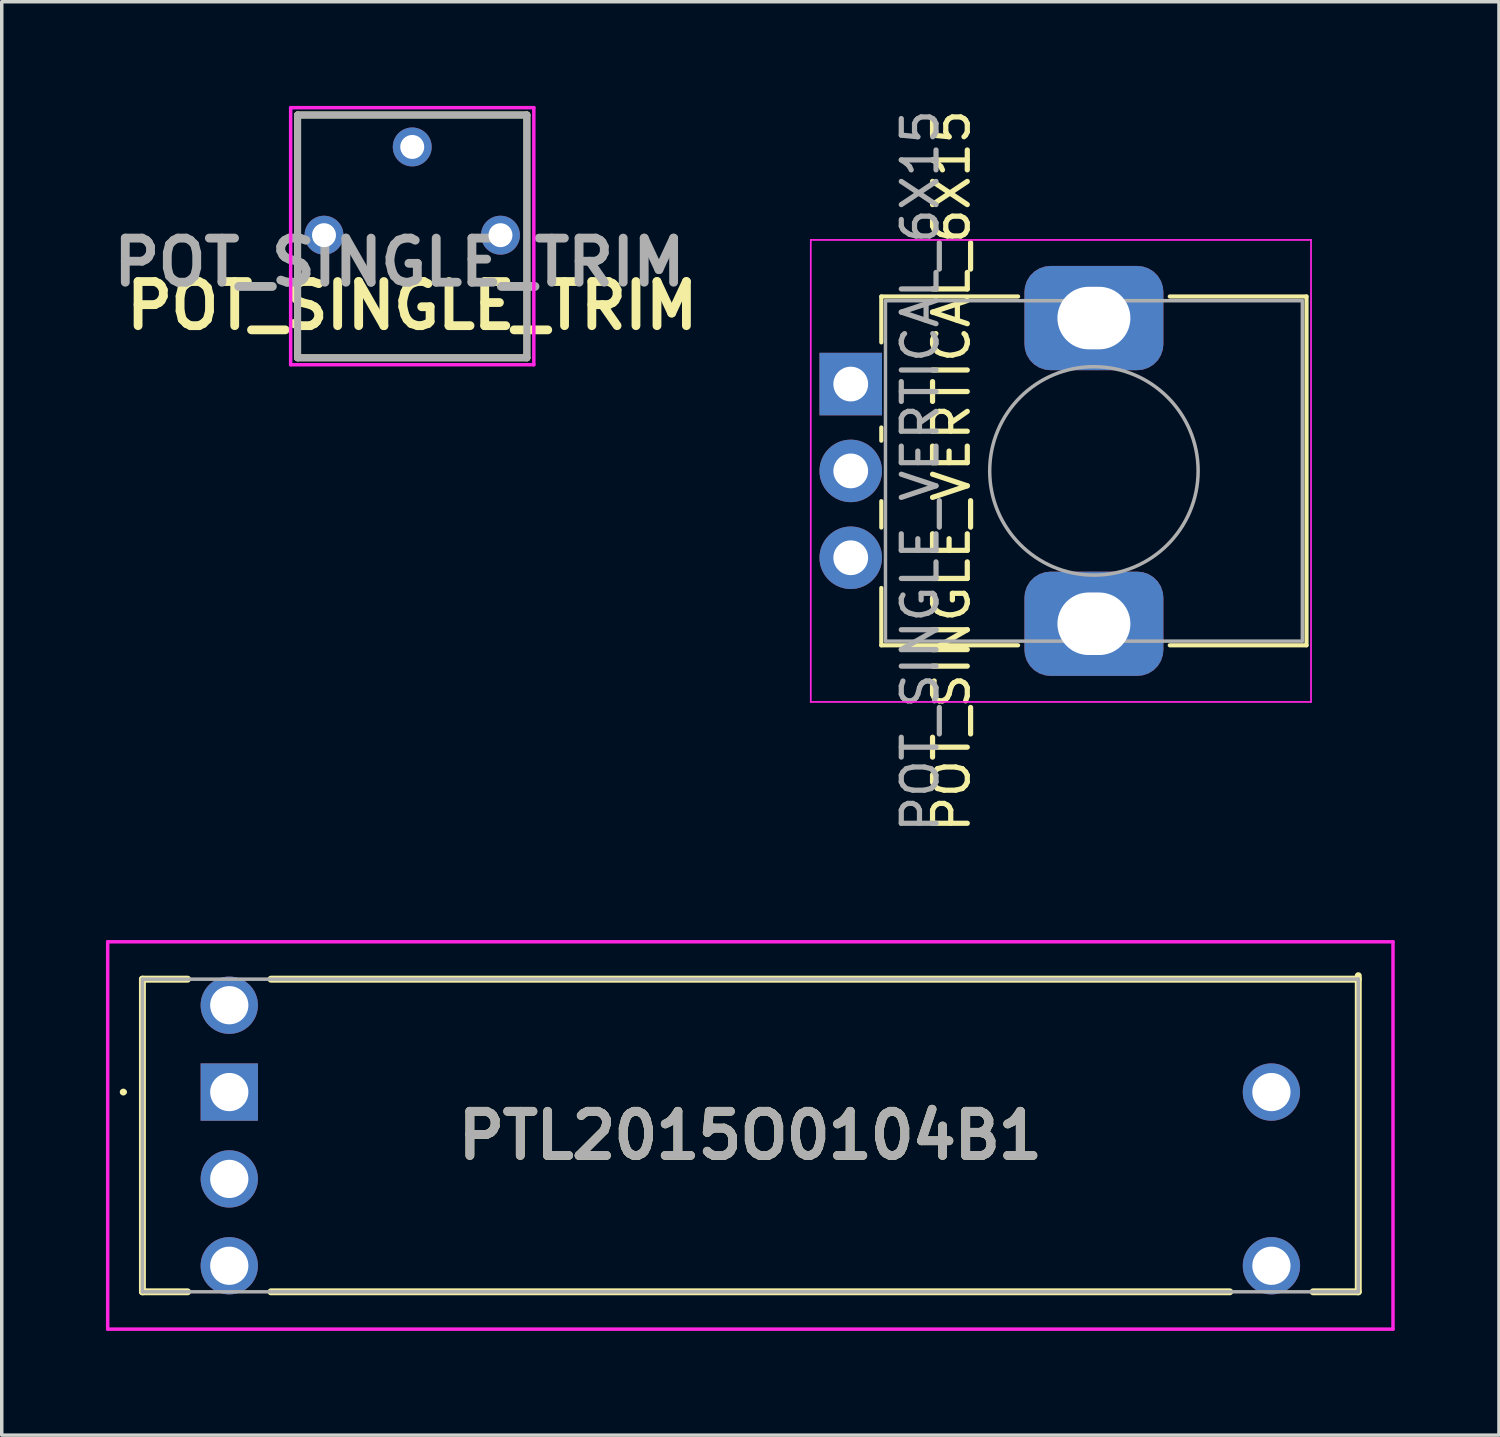
<source format=kicad_pcb>
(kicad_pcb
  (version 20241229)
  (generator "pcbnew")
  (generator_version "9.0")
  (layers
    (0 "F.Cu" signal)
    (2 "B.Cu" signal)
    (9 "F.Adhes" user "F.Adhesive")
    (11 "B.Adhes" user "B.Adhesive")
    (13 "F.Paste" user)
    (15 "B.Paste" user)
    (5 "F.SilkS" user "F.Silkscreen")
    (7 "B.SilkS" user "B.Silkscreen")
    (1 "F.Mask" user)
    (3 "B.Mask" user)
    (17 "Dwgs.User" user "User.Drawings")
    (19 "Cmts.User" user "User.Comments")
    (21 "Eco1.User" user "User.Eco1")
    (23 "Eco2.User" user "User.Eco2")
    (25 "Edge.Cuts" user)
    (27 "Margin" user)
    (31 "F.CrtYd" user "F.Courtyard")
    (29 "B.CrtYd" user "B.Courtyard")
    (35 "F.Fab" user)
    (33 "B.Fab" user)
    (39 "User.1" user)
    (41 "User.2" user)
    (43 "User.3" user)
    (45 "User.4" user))
  (footprint "PTL2015O0104B1"
    (layer "F.Cu")
    (at 3.55 28.387)
    (property "Reference" "PTL2015O0104B1" (at 15 1.25 0) (layer "F.SilkS") (effects (font (size 1.27 1.27) (thickness 0.254))))
    (attr through_hole)
    (fp_line (start -3.1 0) (end -3.1 0) (stroke (width 0.1) (type solid)) (layer "F.SilkS"))
    (fp_line (start -3 0) (end -3 0) (stroke (width 0.1) (type solid)) (layer "F.SilkS"))
    (fp_line (start -2.5 -3.25) (end -2.5 5.75) (stroke (width 0.2) (type solid)) (layer "F.SilkS"))
    (fp_line (start -2.5 5.75) (end -1.2 5.75) (stroke (width 0.2) (type solid)) (layer "F.SilkS"))
    (fp_line (start -1.2 -3.25) (end -2.5 -3.25) (stroke (width 0.2) (type solid)) (layer "F.SilkS"))
    (fp_line (start 1.2 5.75) (end 28.8 5.75) (stroke (width 0.2) (type solid)) (layer "F.SilkS"))
    (fp_line (start 31.2 5.75) (end 32.5 5.75) (stroke (width 0.2) (type solid)) (layer "F.SilkS"))
    (fp_line (start 32.5 -3.25) (end 1.2 -3.25) (stroke (width 0.2) (type solid)) (layer "F.SilkS"))
    (fp_line (start 32.5 5.75) (end 32.5 -3.35) (stroke (width 0.2) (type solid)) (layer "F.SilkS"))
    (fp_arc (start -3.1 0) (mid -3.05 -0.05) (end -3 0) (stroke (width 0.1) (type solid)) (layer "F.SilkS"))
    (fp_arc (start -3 0) (mid -3.05 0.05) (end -3.1 0) (stroke (width 0.1) (type solid)) (layer "F.SilkS"))
    (fp_line (start -3.5 -4.325) (end 33.5 -4.325) (stroke (width 0.1) (type solid)) (layer "F.CrtYd"))
    (fp_line (start -3.5 6.825) (end -3.5 -4.325) (stroke (width 0.1) (type solid)) (layer "F.CrtYd"))
    (fp_line (start 33.5 -4.325) (end 33.5 6.825) (stroke (width 0.1) (type solid)) (layer "F.CrtYd"))
    (fp_line (start 33.5 6.825) (end -3.5 6.825) (stroke (width 0.1) (type solid)) (layer "F.CrtYd"))
    (fp_line (start -2.5 -3.25) (end -2.5 5.75) (stroke (width 0.1) (type solid)) (layer "F.Fab"))
    (fp_line (start -2.5 5.75) (end 32.5 5.75) (stroke (width 0.1) (type solid)) (layer "F.Fab"))
    (fp_line (start 32.5 -3.25) (end -2.5 -3.25) (stroke (width 0.1) (type solid)) (layer "F.Fab"))
    (fp_line (start 32.5 5.75) (end 32.5 -3.25) (stroke (width 0.1) (type solid)) (layer "F.Fab"))
    (fp_text user "${REFERENCE}" (at 15 1.25 0) (layer "F.Fab") (effects (font (size 1.27 1.27) (thickness 0.254))))
    (pad "1" thru_hole rect (at 0 0) (size 1.65 1.65) (drill 1.1) (layers "*.Cu" "*.Mask"))
    (pad "2" thru_hole circle (at 0 -2.5) (size 1.65 1.65) (drill 1.1) (layers "*.Cu" "*.Mask"))
    (pad "3" thru_hole circle (at 30 0) (size 1.65 1.65) (drill 1.1) (layers "*.Cu" "*.Mask"))
    (pad "B1" thru_hole circle (at 30 5) (size 1.65 1.65) (drill 1.1) (layers "*.Cu" "*.Mask"))
    (pad "E1" thru_hole circle (at 0 5) (size 1.65 1.65) (drill 1.1) (layers "*.Cu" "*.Mask"))
    (pad "L1" thru_hole circle (at 0 2.5) (size 1.65 1.65) (drill 1.1) (layers "*.Cu" "*.Mask")))
  (footprint "POT_SINGLE_VERTICAL_6X15"
    (layer "F.Cu")
    (at 21.44 8.006)
    (property "Reference" "POT_SINGLE_VERTICAL_6X15" (at 2.9 2.5 270) (layer "F.SilkS") (effects (font (size 1 1) (thickness 0.15))))
    (attr through_hole)
    (fp_line (start 0.88 -2.521) (end 0.88 -1.2) (stroke (width 0.12) (type solid)) (layer "F.SilkS"))
    (fp_line (start 0.88 -2.521) (end 4.817 -2.521) (stroke (width 0.12) (type solid)) (layer "F.SilkS"))
    (fp_line (start 0.88 1.25) (end 0.88 1.63) (stroke (width 0.12) (type solid)) (layer "F.SilkS"))
    (fp_line (start 0.88 3.371) (end 0.88 4.13) (stroke (width 0.12) (type solid)) (layer "F.SilkS"))
    (fp_line (start 0.88 5.87) (end 0.88 7.52) (stroke (width 0.12) (type solid)) (layer "F.SilkS"))
    (fp_line (start 0.88 7.52) (end 4.817 7.52) (stroke (width 0.12) (type solid)) (layer "F.SilkS"))
    (fp_line (start 9.184 -2.521) (end 13.12 -2.521) (stroke (width 0.12) (type solid)) (layer "F.SilkS"))
    (fp_line (start 9.184 7.52) (end 13.12 7.52) (stroke (width 0.12) (type solid)) (layer "F.SilkS"))
    (fp_line (start 13.12 -2.521) (end 13.12 7.52) (stroke (width 0.12) (type solid)) (layer "F.SilkS"))
    (fp_line (start -1.15 -4.15) (end -1.15 9.15) (stroke (width 0.05) (type solid)) (layer "F.CrtYd"))
    (fp_line (start -1.15 9.15) (end 13.25 9.15) (stroke (width 0.05) (type solid)) (layer "F.CrtYd"))
    (fp_line (start 13.25 -4.15) (end -1.15 -4.15) (stroke (width 0.05) (type solid)) (layer "F.CrtYd"))
    (fp_line (start 13.25 9.15) (end 13.25 -4.15) (stroke (width 0.05) (type solid)) (layer "F.CrtYd"))
    (fp_line (start 1 -2.4) (end 1 7.4) (stroke (width 0.1) (type solid)) (layer "F.Fab"))
    (fp_line (start 1 7.4) (end 13 7.4) (stroke (width 0.1) (type solid)) (layer "F.Fab"))
    (fp_line (start 13 -2.4) (end 1 -2.4) (stroke (width 0.1) (type solid)) (layer "F.Fab"))
    (fp_line (start 13 7.4) (end 13 -2.4) (stroke (width 0.1) (type solid)) (layer "F.Fab"))
    (fp_circle (center 7 2.5) (end 10 2.5) (stroke (width 0.1) (type solid)) (fill no) (layer "F.Fab"))
    (fp_text user "${REFERENCE}" (at 2 2.5 90) (layer "F.Fab") (effects (font (size 1 1) (thickness 0.15))))
    (pad "1" thru_hole rect (at 0 0) (size 1.8 1.8) (drill 1) (layers "*.Cu" "*.Mask"))
    (pad "2" thru_hole circle (at 0 2.5) (size 1.8 1.8) (drill 1) (layers "*.Cu" "*.Mask"))
    (pad "3" thru_hole circle (at 0 5) (size 1.8 1.8) (drill 1) (layers "*.Cu" "*.Mask"))
    (pad "MP" thru_hole roundrect (at 7 -1.9) (size 4 3) (drill oval 2.1 1.8) (layers "*.Cu" "*.Mask") (roundrect_rratio 0.25))
    (pad "MP" thru_hole roundrect (at 7 6.9) (size 4 3) (drill oval 2.1 1.8) (layers "*.Cu" "*.Mask") (roundrect_rratio 0.25)))
  (footprint "POT_SINGLE_TRIM"
    (layer "F.Cu")
    (at 8.817 7.25)
    (property "Reference" "POT_SINGLE_TRIM" (at 0 -1.5 0) (layer "F.SilkS") (effects (font (size 1.27 1.27) (thickness 0.254))))
    (attr through_hole)
    (fp_line (start -3.3 -6.99) (end -3.3 0) (stroke (width 0.2) (type solid)) (layer "F.SilkS"))
    (fp_line (start -3.3 0) (end 3.3 0) (stroke (width 0.2) (type solid)) (layer "F.SilkS"))
    (fp_line (start 3.3 -6.99) (end -3.3 -6.99) (stroke (width 0.2) (type solid)) (layer "F.SilkS"))
    (fp_line (start 3.3 0) (end 3.3 -6.99) (stroke (width 0.2) (type solid)) (layer "F.SilkS"))
    (fp_line (start -3.5 -7.2) (end -3.5 0.2) (stroke (width 0.1) (type solid)) (layer "F.CrtYd"))
    (fp_line (start 3.5 -7.2) (end -3.5 -7.2) (stroke (width 0.1) (type solid)) (layer "F.CrtYd"))
    (fp_line (start 3.5 -7.2) (end 3.5 0.2) (stroke (width 0.1) (type solid)) (layer "F.CrtYd"))
    (fp_line (start 3.5 0.2) (end -3.5 0.2) (stroke (width 0.1) (type solid)) (layer "F.CrtYd"))
    (fp_line (start -3.3 -6.99) (end 3.3 -6.99) (stroke (width 0.2) (type solid)) (layer "F.Fab"))
    (fp_line (start -3.3 0) (end -3.3 -6.99) (stroke (width 0.2) (type solid)) (layer "F.Fab"))
    (fp_line (start 3.3 -6.99) (end 3.3 0) (stroke (width 0.2) (type solid)) (layer "F.Fab"))
    (fp_line (start 3.3 0) (end -3.3 0) (stroke (width 0.2) (type solid)) (layer "F.Fab"))
    (fp_text user "${REFERENCE}" (at -0.368 -2.75 0) (layer "F.Fab") (effects (font (size 1.27 1.27) (thickness 0.254))))
    (pad "1" thru_hole circle (at -2.54 -3.53) (size 1.12 1.12) (drill 0.69) (layers "*.Cu" "*.Mask"))
    (pad "2" thru_hole circle (at 0 -6.07) (size 1.12 1.12) (drill 0.69) (layers "*.Cu" "*.Mask"))
    (pad "3" thru_hole circle (at 2.54 -3.53) (size 1.12 1.12) (drill 0.69) (layers "*.Cu" "*.Mask")))
  (gr_rect
    (start -3 -3)
    (end 40.1 38.262)
    (stroke (width 0.1) (type default))
    (fill no)
    (layer "Edge.Cuts")))
</source>
